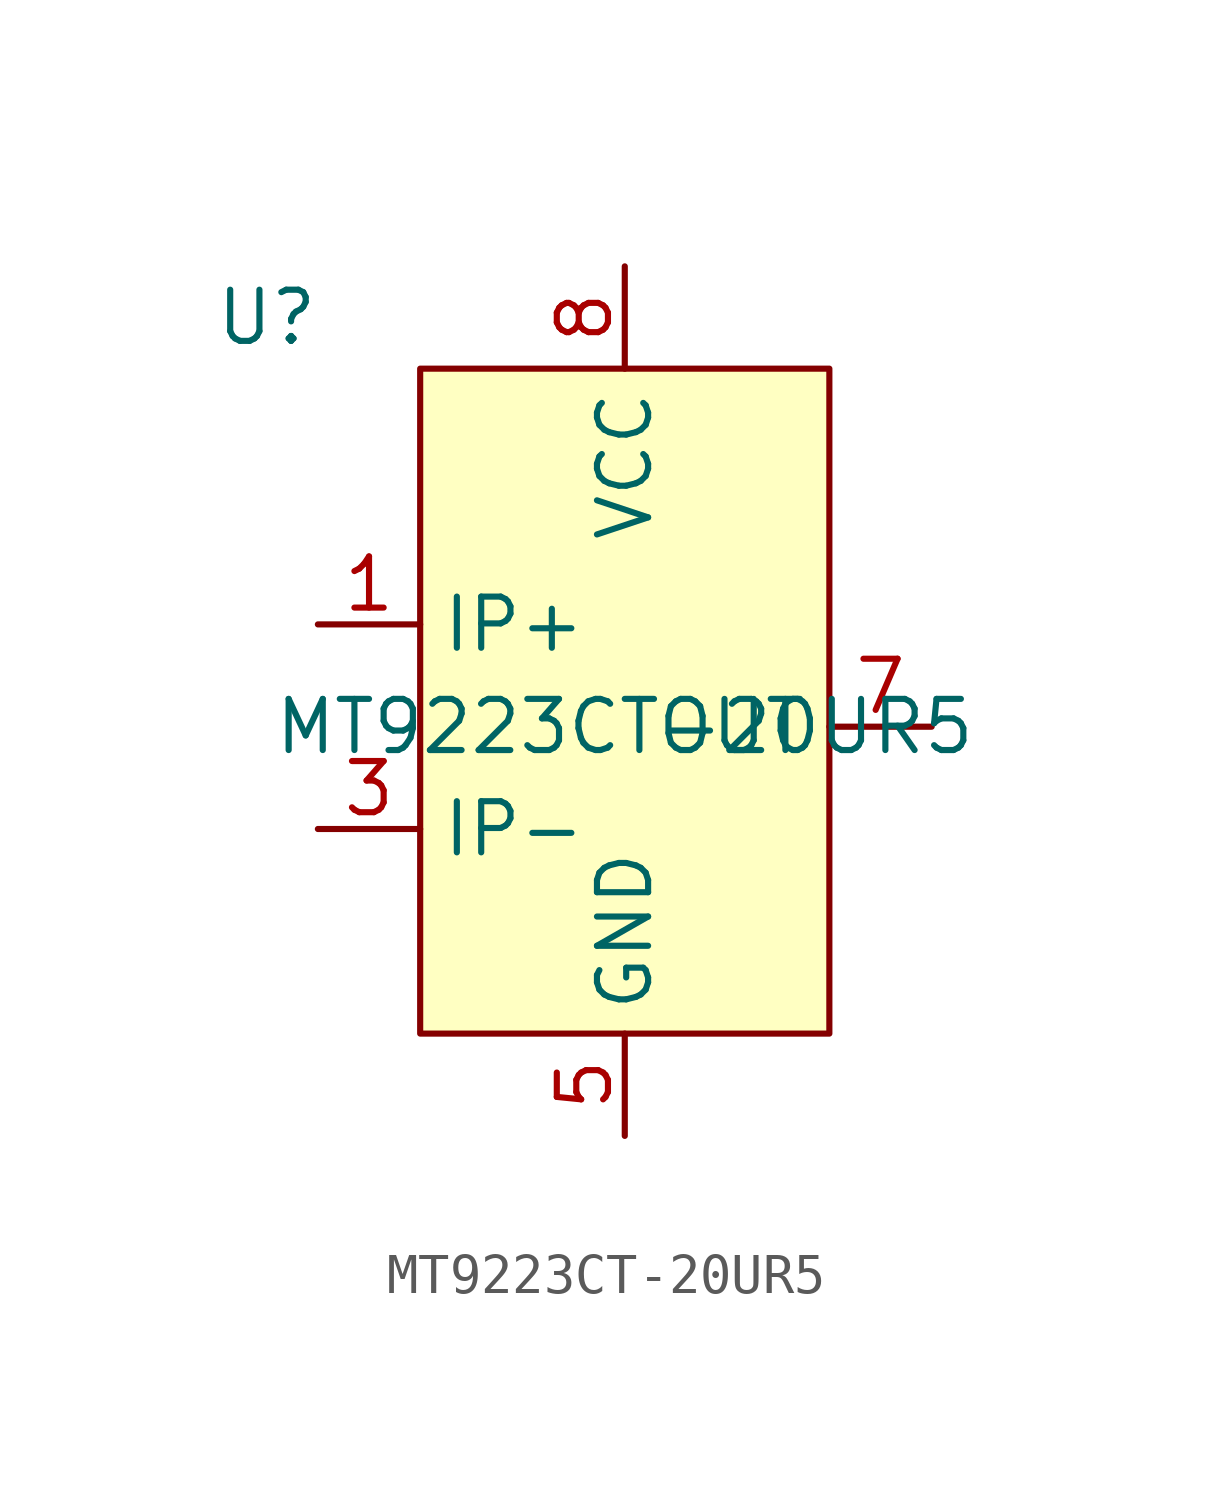
<source format=kicad_sym>
(kicad_symbol_lib
  (version 20220914)
  (generator kicad_symbol_editor)
  (symbol "MT9223CT-20UR5"
    (property "Reference" "U"
      (at -8.89 10.16 0)
      (effects (font (size 1.27 1.27))))
    (property "Value" "MT9223CT-20UR5"
      (at 0 0 0)
      (effects (font (size 1.27 1.27))))
    (symbol "MT9223CT-20UR5_1_1"
      (rectangle (start -5.08 8.89) (end 5.08 -7.62) (stroke (width 0) (type default)) (fill (type background)))
      (pin passive line (at -7.62 2.54 0) (length 2.54) (name "IP+" (effects (font (size 1.27 1.27)))) (number "1" (effects (font (size 1.27 1.27)))))
      (pin passive line (at -7.62 2.54 0) (length 2.54) hide (name "IP+" (effects (font (size 1.27 1.27)))) (number "2" (effects (font (size 1.27 1.27)))))
      (pin passive line (at -7.62 -2.54 0) (length 2.54) (name "IP-" (effects (font (size 1.27 1.27)))) (number "3" (effects (font (size 1.27 1.27)))))
      (pin passive line (at -7.62 -2.54 0) (length 2.54) hide (name "IP-" (effects (font (size 1.27 1.27)))) (number "4" (effects (font (size 1.27 1.27)))))
      (pin power_in line (at 0 -10.16 90) (length 2.54) (name "GND" (effects (font (size 1.27 1.27)))) (number "5" (effects (font (size 1.27 1.27)))))
      (pin no_connect line (at 3.81 -10.16 90) (length 2.54) hide (name "NC" (effects (font (size 1.27 1.27)))) (number "6" (effects (font (size 1.27 1.27)))))
      (pin output line (at 7.62 0 180) (length 2.54) (name "OUT" (effects (font (size 1.27 1.27)))) (number "7" (effects (font (size 1.27 1.27)))))
      (pin input line (at 0 11.43 270) (length 2.54) (name "VCC" (effects (font (size 1.27 1.27)))) (number "8" (effects (font (size 1.27 1.27))))))))
</source>
